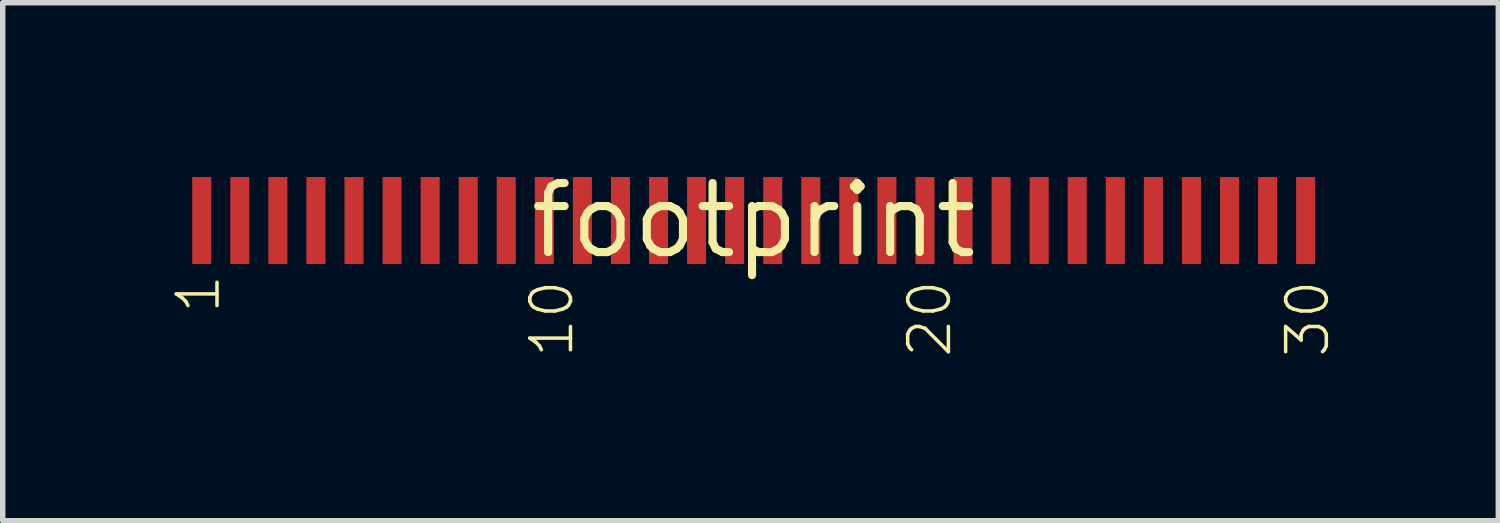
<source format=kicad_pcb>
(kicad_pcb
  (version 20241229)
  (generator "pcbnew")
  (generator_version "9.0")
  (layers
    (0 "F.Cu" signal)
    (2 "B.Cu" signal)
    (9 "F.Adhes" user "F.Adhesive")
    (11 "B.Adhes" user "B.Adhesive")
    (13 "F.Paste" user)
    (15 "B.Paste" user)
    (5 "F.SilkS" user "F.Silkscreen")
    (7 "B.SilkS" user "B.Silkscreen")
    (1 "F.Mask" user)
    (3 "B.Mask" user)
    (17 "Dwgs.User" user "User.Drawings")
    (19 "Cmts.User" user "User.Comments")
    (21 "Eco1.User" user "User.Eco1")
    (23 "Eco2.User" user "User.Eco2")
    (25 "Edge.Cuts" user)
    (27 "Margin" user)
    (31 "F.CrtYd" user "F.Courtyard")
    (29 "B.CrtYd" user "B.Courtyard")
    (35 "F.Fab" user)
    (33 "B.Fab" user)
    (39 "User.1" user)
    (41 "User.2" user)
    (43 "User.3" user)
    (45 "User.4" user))
  (footprint "footprint"
    (layer "F.Cu")
    (at 10.81 1.006)
    (property "Reference" "footprint" (at 0 0 0) (layer "F.SilkS") (effects (font (size 1.27 1.27) (thickness 0.15))))
    (fp_text user "1" (at -10.65 0.95 90) (layer "F.SilkS") (effects (font (size 0.748 0.748) (thickness 0.065)) (justify right top)))
    (fp_text user "30" (at 9.75 1.05 90) (layer "F.SilkS") (effects (font (size 0.748 0.748) (thickness 0.065)) (justify right top)))
    (fp_text user "20" (at 2.8 1.05 90) (layer "F.SilkS") (effects (font (size 0.748 0.748) (thickness 0.065)) (justify right top)))
    (fp_text user "10" (at -4.15 1.05 90) (layer "F.SilkS") (effects (font (size 0.748 0.748) (thickness 0.065)) (justify right top)))
    (pad "1" smd rect (at -10.15 0 90) (size 1.6 0.35) (layers "F.Cu" "F.Mask" "F.Paste"))
    (pad "2" smd rect (at -9.45 0 90) (size 1.6 0.35) (layers "F.Cu" "F.Mask" "F.Paste"))
    (pad "3" smd rect (at -8.75 0 90) (size 1.6 0.35) (layers "F.Cu" "F.Mask" "F.Paste"))
    (pad "4" smd rect (at -8.05 0 90) (size 1.6 0.35) (layers "F.Cu" "F.Mask" "F.Paste"))
    (pad "5" smd rect (at -7.35 0 90) (size 1.6 0.35) (layers "F.Cu" "F.Mask" "F.Paste"))
    (pad "6" smd rect (at -6.65 0 90) (size 1.6 0.35) (layers "F.Cu" "F.Mask" "F.Paste"))
    (pad "7" smd rect (at -5.95 0 90) (size 1.6 0.35) (layers "F.Cu" "F.Mask" "F.Paste"))
    (pad "8" smd rect (at -5.25 0 90) (size 1.6 0.35) (layers "F.Cu" "F.Mask" "F.Paste"))
    (pad "9" smd rect (at -4.55 0 90) (size 1.6 0.35) (layers "F.Cu" "F.Mask" "F.Paste"))
    (pad "10" smd rect (at -3.85 0 90) (size 1.6 0.35) (layers "F.Cu" "F.Mask" "F.Paste"))
    (pad "11" smd rect (at -3.15 0 90) (size 1.6 0.35) (layers "F.Cu" "F.Mask" "F.Paste"))
    (pad "12" smd rect (at -2.45 0 90) (size 1.6 0.35) (layers "F.Cu" "F.Mask" "F.Paste"))
    (pad "13" smd rect (at -1.75 0 90) (size 1.6 0.35) (layers "F.Cu" "F.Mask" "F.Paste"))
    (pad "14" smd rect (at -1.05 0 90) (size 1.6 0.35) (layers "F.Cu" "F.Mask" "F.Paste"))
    (pad "15" smd rect (at -0.35 0 90) (size 1.6 0.35) (layers "F.Cu" "F.Mask" "F.Paste"))
    (pad "16" smd rect (at 0.35 0 90) (size 1.6 0.35) (layers "F.Cu" "F.Mask" "F.Paste"))
    (pad "17" smd rect (at 1.05 0 90) (size 1.6 0.35) (layers "F.Cu" "F.Mask" "F.Paste"))
    (pad "18" smd rect (at 1.75 0 90) (size 1.6 0.35) (layers "F.Cu" "F.Mask" "F.Paste"))
    (pad "19" smd rect (at 2.45 0 90) (size 1.6 0.35) (layers "F.Cu" "F.Mask" "F.Paste"))
    (pad "20" smd rect (at 3.15 0 90) (size 1.6 0.35) (layers "F.Cu" "F.Mask" "F.Paste"))
    (pad "21" smd rect (at 3.85 0 90) (size 1.6 0.35) (layers "F.Cu" "F.Mask" "F.Paste"))
    (pad "22" smd rect (at 4.55 0 90) (size 1.6 0.35) (layers "F.Cu" "F.Mask" "F.Paste"))
    (pad "23" smd rect (at 5.25 0 90) (size 1.6 0.35) (layers "F.Cu" "F.Mask" "F.Paste"))
    (pad "24" smd rect (at 5.95 0 90) (size 1.6 0.35) (layers "F.Cu" "F.Mask" "F.Paste"))
    (pad "25" smd rect (at 6.65 0 90) (size 1.6 0.35) (layers "F.Cu" "F.Mask" "F.Paste"))
    (pad "26" smd rect (at 7.35 0 90) (size 1.6 0.35) (layers "F.Cu" "F.Mask" "F.Paste"))
    (pad "27" smd rect (at 8.05 0 90) (size 1.6 0.35) (layers "F.Cu" "F.Mask" "F.Paste"))
    (pad "28" smd rect (at 8.75 0 90) (size 1.6 0.35) (layers "F.Cu" "F.Mask" "F.Paste"))
    (pad "29" smd rect (at 9.45 0 90) (size 1.6 0.35) (layers "F.Cu" "F.Mask" "F.Paste"))
    (pad "30" smd rect (at 10.15 0 90) (size 1.6 0.35) (layers "F.Cu" "F.Mask" "F.Paste")))
  (gr_rect
    (start -3 -3)
    (end 24.503 6.526)
    (stroke (width 0.1) (type default))
    (fill no)
    (layer "Edge.Cuts")))
</source>
